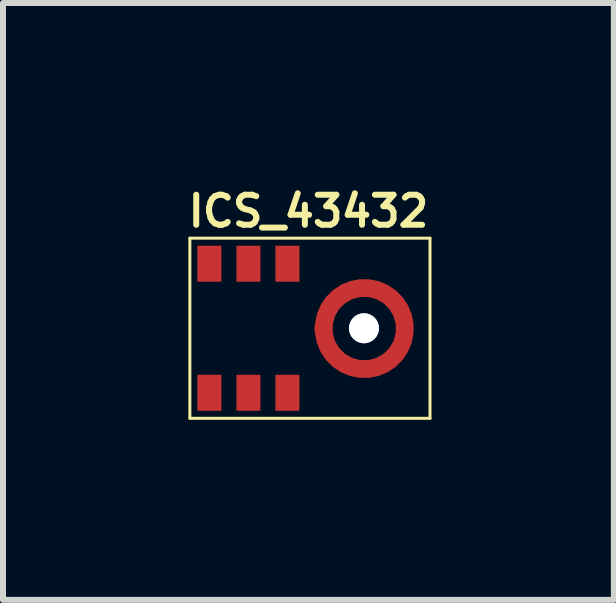
<source format=kicad_pcb>
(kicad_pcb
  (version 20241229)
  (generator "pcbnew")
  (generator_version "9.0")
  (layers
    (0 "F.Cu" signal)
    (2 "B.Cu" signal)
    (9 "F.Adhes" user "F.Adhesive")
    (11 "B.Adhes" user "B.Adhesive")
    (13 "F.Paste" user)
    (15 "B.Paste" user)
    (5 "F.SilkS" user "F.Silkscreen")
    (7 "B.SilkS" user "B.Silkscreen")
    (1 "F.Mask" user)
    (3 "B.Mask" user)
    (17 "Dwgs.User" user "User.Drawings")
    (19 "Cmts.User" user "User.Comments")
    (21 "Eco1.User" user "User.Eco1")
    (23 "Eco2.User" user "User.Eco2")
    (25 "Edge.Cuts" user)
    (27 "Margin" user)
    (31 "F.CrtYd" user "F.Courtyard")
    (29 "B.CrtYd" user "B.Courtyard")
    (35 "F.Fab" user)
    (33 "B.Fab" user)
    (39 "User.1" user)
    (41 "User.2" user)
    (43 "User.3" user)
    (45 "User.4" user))
  (footprint "ICS_43432"
    (layer "F.Cu")
    (at 2.038 2.393)
    (property "Reference" "ICS_43432" (at 0.05 -1.925 0) (layer "F.SilkS") (effects (font (size 0.5 0.5) (thickness 0.1))))
    (attr through_hole)
    (fp_line (start -1.925 -1.475) (end -1.925 1.525) (stroke (width 0.05) (type solid)) (layer "F.SilkS"))
    (fp_line (start -1.925 -1.475) (end 2.075 -1.475) (stroke (width 0.05) (type solid)) (layer "F.SilkS"))
    (fp_line (start -1.925 1.525) (end 2.075 1.525) (stroke (width 0.05) (type solid)) (layer "F.SilkS"))
    (fp_line (start 2.075 -1.475) (end 2.075 1.525) (stroke (width 0.05) (type solid)) (layer "F.SilkS"))
    (pad "1" smd rect (at -1.6 1.1) (size 0.4 0.6) (layers "F.Cu" "F.Mask" "F.Paste"))
    (pad "2" smd rect (at -0.95 1.1) (size 0.4 0.6) (layers "F.Cu" "F.Mask" "F.Paste"))
    (pad "3" smd rect (at -0.3 1.1) (size 0.4 0.6) (layers "F.Cu" "F.Mask" "F.Paste"))
    (pad "4" smd custom (at 0.2 0.03) (size 0.1 0.1) (layers "F.Cu" "F.Mask" "F.Paste") (options (anchor rect)) (primitives (gr_circle (center 0.78 0) (end 1.455 0) (width 0.3) (fill no))))
    (pad "5" smd rect (at -0.3 -1.05) (size 0.4 0.6) (layers "F.Cu" "F.Mask" "F.Paste"))
    (pad "6" smd rect (at -0.95 -1.05) (size 0.4 0.6) (layers "F.Cu" "F.Mask" "F.Paste"))
    (pad "7" smd rect (at -1.6 -1.05) (size 0.4 0.6) (layers "F.Cu" "F.Mask" "F.Paste"))
    (pad "12" thru_hole circle (at 0.975 0.025) (size 0.5 0.5) (drill 0.5) (layers "*.Cu" "*.Mask")))
  (gr_rect
    (start -3 -3)
    (end 7.176 6.943)
    (stroke (width 0.1) (type default))
    (fill no)
    (layer "Edge.Cuts")))
</source>
